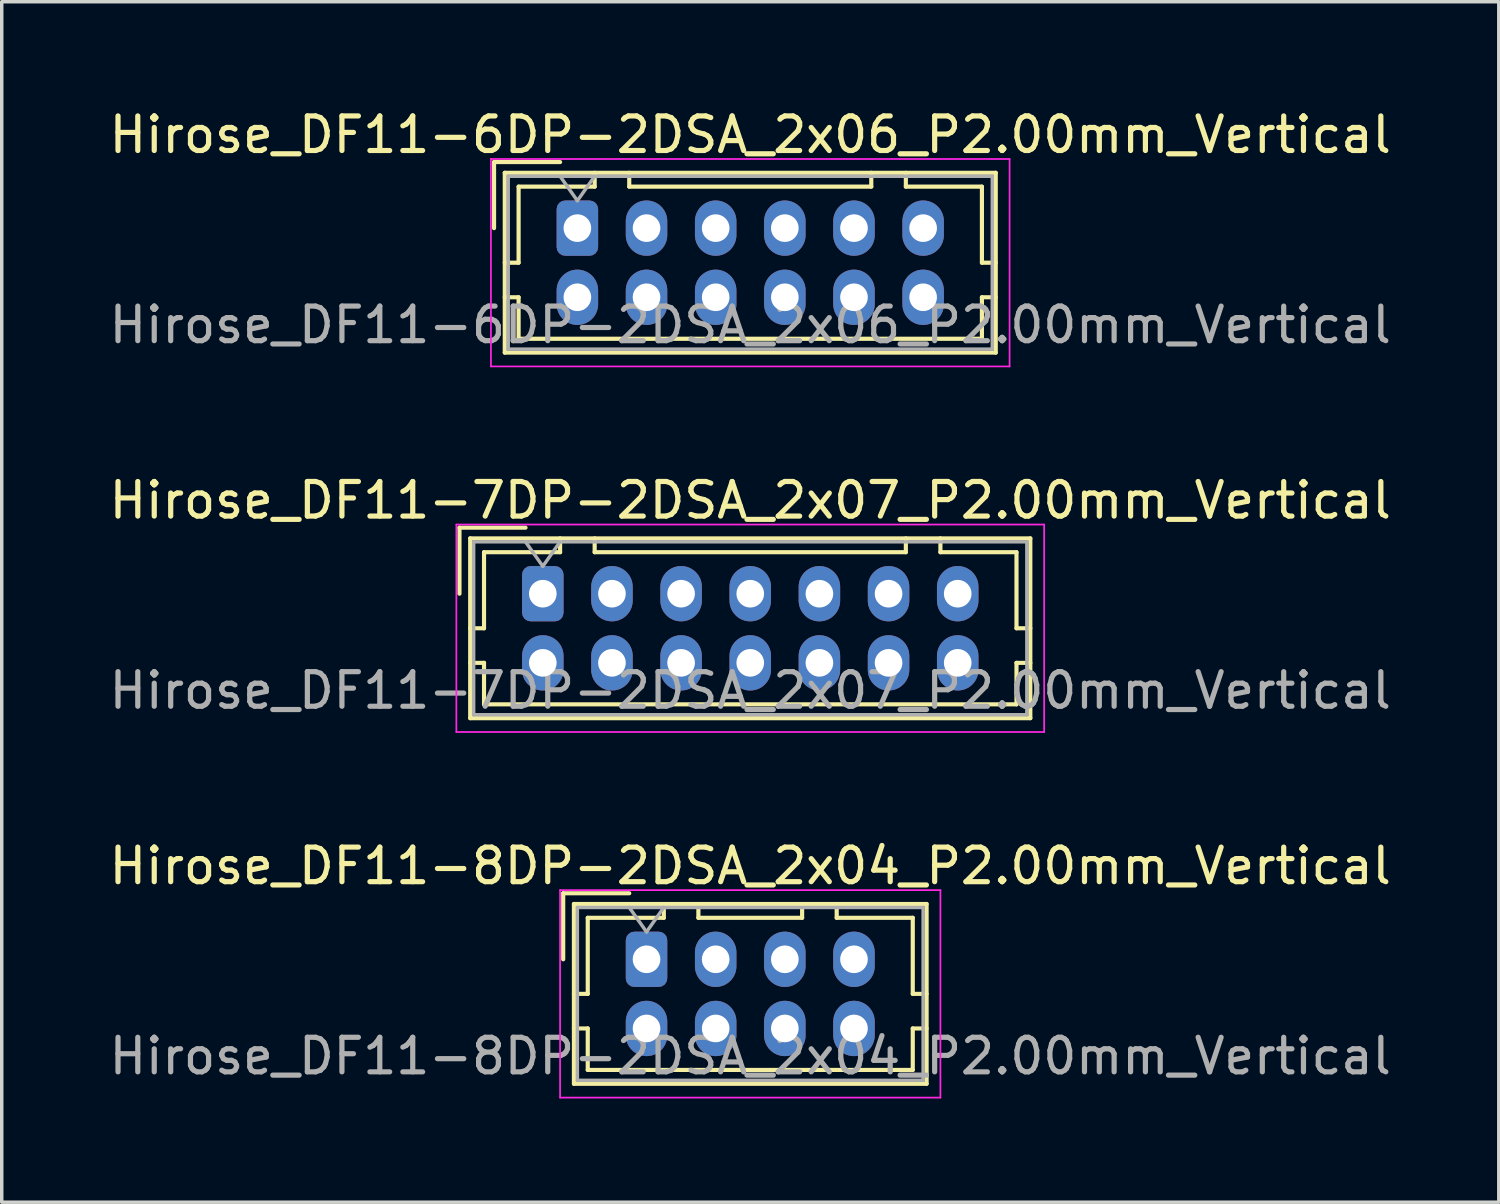
<source format=kicad_pcb>
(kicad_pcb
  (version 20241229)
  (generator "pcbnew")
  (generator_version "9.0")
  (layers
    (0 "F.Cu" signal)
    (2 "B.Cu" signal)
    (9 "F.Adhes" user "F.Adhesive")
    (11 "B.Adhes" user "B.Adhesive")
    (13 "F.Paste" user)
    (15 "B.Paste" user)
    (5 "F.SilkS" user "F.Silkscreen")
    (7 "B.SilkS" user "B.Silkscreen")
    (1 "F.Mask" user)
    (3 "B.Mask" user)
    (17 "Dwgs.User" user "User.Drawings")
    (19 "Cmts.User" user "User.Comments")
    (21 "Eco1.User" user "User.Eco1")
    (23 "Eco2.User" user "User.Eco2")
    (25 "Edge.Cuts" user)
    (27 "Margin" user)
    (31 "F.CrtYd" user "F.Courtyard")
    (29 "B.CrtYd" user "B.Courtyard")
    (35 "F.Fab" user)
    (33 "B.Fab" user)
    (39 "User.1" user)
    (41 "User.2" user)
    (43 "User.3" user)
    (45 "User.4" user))
  (footprint "Hirose_DF11-8DP-2DSA_2x04_P2.00mm_Vertical"
    (layer "F.Cu")
    (at 15.649 24.695)
    (property "Reference" "Hirose_DF11-8DP-2DSA_2x04_P2.00mm_Vertical" (at 3 -2.7 0) (layer "F.SilkS") (effects (font (size 1 1) (thickness 0.15))))
    (attr through_hole)
    (fp_line (start -2.41 -1.91) (end -0.5 -1.91) (stroke (width 0.12) (type solid)) (layer "F.SilkS"))
    (fp_line (start -2.41 0) (end -2.41 -1.91) (stroke (width 0.12) (type solid)) (layer "F.SilkS"))
    (fp_line (start -2.1 -1.6) (end -2.1 3.6) (stroke (width 0.12) (type solid)) (layer "F.SilkS"))
    (fp_line (start -2.1 1) (end -1.7 1) (stroke (width 0.12) (type solid)) (layer "F.SilkS"))
    (fp_line (start -2.1 2) (end -1.7 2) (stroke (width 0.12) (type solid)) (layer "F.SilkS"))
    (fp_line (start -2.1 3.6) (end 8.1 3.6) (stroke (width 0.12) (type solid)) (layer "F.SilkS"))
    (fp_line (start -1.7 -1.2) (end 0.5 -1.2) (stroke (width 0.12) (type solid)) (layer "F.SilkS"))
    (fp_line (start -1.7 1) (end -1.7 -1.2) (stroke (width 0.12) (type solid)) (layer "F.SilkS"))
    (fp_line (start -1.7 2) (end -1.7 3.2) (stroke (width 0.12) (type solid)) (layer "F.SilkS"))
    (fp_line (start -1.7 3.2) (end 7.7 3.2) (stroke (width 0.12) (type solid)) (layer "F.SilkS"))
    (fp_line (start 0.5 -1.2) (end 0.5 -1.6) (stroke (width 0.12) (type solid)) (layer "F.SilkS"))
    (fp_line (start 1.5 -1.6) (end 1.5 -1.2) (stroke (width 0.12) (type solid)) (layer "F.SilkS"))
    (fp_line (start 1.5 -1.2) (end 4.5 -1.2) (stroke (width 0.12) (type solid)) (layer "F.SilkS"))
    (fp_line (start 4.5 -1.2) (end 4.5 -1.6) (stroke (width 0.12) (type solid)) (layer "F.SilkS"))
    (fp_line (start 5.5 -1.2) (end 5.5 -1.6) (stroke (width 0.12) (type solid)) (layer "F.SilkS"))
    (fp_line (start 7.7 -1.2) (end 5.5 -1.2) (stroke (width 0.12) (type solid)) (layer "F.SilkS"))
    (fp_line (start 7.7 1) (end 7.7 -1.2) (stroke (width 0.12) (type solid)) (layer "F.SilkS"))
    (fp_line (start 7.7 2) (end 8.1 2) (stroke (width 0.12) (type solid)) (layer "F.SilkS"))
    (fp_line (start 7.7 3.2) (end 7.7 2) (stroke (width 0.12) (type solid)) (layer "F.SilkS"))
    (fp_line (start 8.1 -1.6) (end -2.1 -1.6) (stroke (width 0.12) (type solid)) (layer "F.SilkS"))
    (fp_line (start 8.1 1) (end 7.7 1) (stroke (width 0.12) (type solid)) (layer "F.SilkS"))
    (fp_line (start 8.1 3.6) (end 8.1 -1.6) (stroke (width 0.12) (type solid)) (layer "F.SilkS"))
    (fp_line (start -2.5 -2) (end -2.5 4) (stroke (width 0.05) (type solid)) (layer "F.CrtYd"))
    (fp_line (start -2.5 4) (end 8.5 4) (stroke (width 0.05) (type solid)) (layer "F.CrtYd"))
    (fp_line (start 8.5 -2) (end -2.5 -2) (stroke (width 0.05) (type solid)) (layer "F.CrtYd"))
    (fp_line (start 8.5 4) (end 8.5 -2) (stroke (width 0.05) (type solid)) (layer "F.CrtYd"))
    (fp_line (start -2 -1.5) (end -2 3.5) (stroke (width 0.1) (type solid)) (layer "F.Fab"))
    (fp_line (start -2 3.5) (end 8 3.5) (stroke (width 0.1) (type solid)) (layer "F.Fab"))
    (fp_line (start -0.5 -1.5) (end 0 -0.793) (stroke (width 0.1) (type solid)) (layer "F.Fab"))
    (fp_line (start 0 -0.793) (end 0.5 -1.5) (stroke (width 0.1) (type solid)) (layer "F.Fab"))
    (fp_line (start 8 -1.5) (end -2 -1.5) (stroke (width 0.1) (type solid)) (layer "F.Fab"))
    (fp_line (start 8 3.5) (end 8 -1.5) (stroke (width 0.1) (type solid)) (layer "F.Fab"))
    (fp_text user "${REFERENCE}" (at 3 2.8 0) (layer "F.Fab") (effects (font (size 1 1) (thickness 0.15))))
    (pad "1" thru_hole roundrect (at 0 0) (size 1.2 1.6) (drill 0.8) (layers "*.Cu" "*.Mask") (roundrect_rratio 0.208))
    (pad "2" thru_hole oval (at 0 2) (size 1.2 1.6) (drill 0.8) (layers "*.Cu" "*.Mask"))
    (pad "3" thru_hole oval (at 2 0) (size 1.2 1.6) (drill 0.8) (layers "*.Cu" "*.Mask"))
    (pad "4" thru_hole oval (at 2 2) (size 1.2 1.6) (drill 0.8) (layers "*.Cu" "*.Mask"))
    (pad "5" thru_hole oval (at 4 0) (size 1.2 1.6) (drill 0.8) (layers "*.Cu" "*.Mask"))
    (pad "6" thru_hole oval (at 4 2) (size 1.2 1.6) (drill 0.8) (layers "*.Cu" "*.Mask"))
    (pad "7" thru_hole oval (at 6 0) (size 1.2 1.6) (drill 0.8) (layers "*.Cu" "*.Mask"))
    (pad "8" thru_hole oval (at 6 2) (size 1.2 1.6) (drill 0.8) (layers "*.Cu" "*.Mask")))
  (footprint "Hirose_DF11-7DP-2DSA_2x07_P2.00mm_Vertical"
    (layer "F.Cu")
    (at 12.649 14.121)
    (property "Reference" "Hirose_DF11-7DP-2DSA_2x07_P2.00mm_Vertical" (at 6 -2.7 0) (layer "F.SilkS") (effects (font (size 1 1) (thickness 0.15))))
    (attr through_hole)
    (fp_line (start -2.41 -1.91) (end -0.5 -1.91) (stroke (width 0.12) (type solid)) (layer "F.SilkS"))
    (fp_line (start -2.41 0) (end -2.41 -1.91) (stroke (width 0.12) (type solid)) (layer "F.SilkS"))
    (fp_line (start -2.1 -1.6) (end -2.1 3.6) (stroke (width 0.12) (type solid)) (layer "F.SilkS"))
    (fp_line (start -2.1 1) (end -1.7 1) (stroke (width 0.12) (type solid)) (layer "F.SilkS"))
    (fp_line (start -2.1 2) (end -1.7 2) (stroke (width 0.12) (type solid)) (layer "F.SilkS"))
    (fp_line (start -2.1 3.6) (end 14.1 3.6) (stroke (width 0.12) (type solid)) (layer "F.SilkS"))
    (fp_line (start -1.7 -1.2) (end 0.5 -1.2) (stroke (width 0.12) (type solid)) (layer "F.SilkS"))
    (fp_line (start -1.7 1) (end -1.7 -1.2) (stroke (width 0.12) (type solid)) (layer "F.SilkS"))
    (fp_line (start -1.7 2) (end -1.7 3.2) (stroke (width 0.12) (type solid)) (layer "F.SilkS"))
    (fp_line (start -1.7 3.2) (end 13.7 3.2) (stroke (width 0.12) (type solid)) (layer "F.SilkS"))
    (fp_line (start 0.5 -1.2) (end 0.5 -1.6) (stroke (width 0.12) (type solid)) (layer "F.SilkS"))
    (fp_line (start 1.5 -1.6) (end 1.5 -1.2) (stroke (width 0.12) (type solid)) (layer "F.SilkS"))
    (fp_line (start 1.5 -1.2) (end 10.5 -1.2) (stroke (width 0.12) (type solid)) (layer "F.SilkS"))
    (fp_line (start 10.5 -1.2) (end 10.5 -1.6) (stroke (width 0.12) (type solid)) (layer "F.SilkS"))
    (fp_line (start 11.5 -1.2) (end 11.5 -1.6) (stroke (width 0.12) (type solid)) (layer "F.SilkS"))
    (fp_line (start 13.7 -1.2) (end 11.5 -1.2) (stroke (width 0.12) (type solid)) (layer "F.SilkS"))
    (fp_line (start 13.7 1) (end 13.7 -1.2) (stroke (width 0.12) (type solid)) (layer "F.SilkS"))
    (fp_line (start 13.7 2) (end 14.1 2) (stroke (width 0.12) (type solid)) (layer "F.SilkS"))
    (fp_line (start 13.7 3.2) (end 13.7 2) (stroke (width 0.12) (type solid)) (layer "F.SilkS"))
    (fp_line (start 14.1 -1.6) (end -2.1 -1.6) (stroke (width 0.12) (type solid)) (layer "F.SilkS"))
    (fp_line (start 14.1 1) (end 13.7 1) (stroke (width 0.12) (type solid)) (layer "F.SilkS"))
    (fp_line (start 14.1 3.6) (end 14.1 -1.6) (stroke (width 0.12) (type solid)) (layer "F.SilkS"))
    (fp_line (start -2.5 -2) (end -2.5 4) (stroke (width 0.05) (type solid)) (layer "F.CrtYd"))
    (fp_line (start -2.5 4) (end 14.5 4) (stroke (width 0.05) (type solid)) (layer "F.CrtYd"))
    (fp_line (start 14.5 -2) (end -2.5 -2) (stroke (width 0.05) (type solid)) (layer "F.CrtYd"))
    (fp_line (start 14.5 4) (end 14.5 -2) (stroke (width 0.05) (type solid)) (layer "F.CrtYd"))
    (fp_line (start -2 -1.5) (end -2 3.5) (stroke (width 0.1) (type solid)) (layer "F.Fab"))
    (fp_line (start -2 3.5) (end 14 3.5) (stroke (width 0.1) (type solid)) (layer "F.Fab"))
    (fp_line (start -0.5 -1.5) (end 0 -0.793) (stroke (width 0.1) (type solid)) (layer "F.Fab"))
    (fp_line (start 0 -0.793) (end 0.5 -1.5) (stroke (width 0.1) (type solid)) (layer "F.Fab"))
    (fp_line (start 14 -1.5) (end -2 -1.5) (stroke (width 0.1) (type solid)) (layer "F.Fab"))
    (fp_line (start 14 3.5) (end 14 -1.5) (stroke (width 0.1) (type solid)) (layer "F.Fab"))
    (fp_text user "${REFERENCE}" (at 6 2.8 0) (layer "F.Fab") (effects (font (size 1 1) (thickness 0.15))))
    (pad "1" thru_hole roundrect (at 0 0) (size 1.2 1.6) (drill 0.8) (layers "*.Cu" "*.Mask") (roundrect_rratio 0.208))
    (pad "2" thru_hole oval (at 0 2) (size 1.2 1.6) (drill 0.8) (layers "*.Cu" "*.Mask"))
    (pad "3" thru_hole oval (at 2 0) (size 1.2 1.6) (drill 0.8) (layers "*.Cu" "*.Mask"))
    (pad "4" thru_hole oval (at 2 2) (size 1.2 1.6) (drill 0.8) (layers "*.Cu" "*.Mask"))
    (pad "5" thru_hole oval (at 4 0) (size 1.2 1.6) (drill 0.8) (layers "*.Cu" "*.Mask"))
    (pad "6" thru_hole oval (at 4 2) (size 1.2 1.6) (drill 0.8) (layers "*.Cu" "*.Mask"))
    (pad "7" thru_hole oval (at 6 0) (size 1.2 1.6) (drill 0.8) (layers "*.Cu" "*.Mask"))
    (pad "8" thru_hole oval (at 6 2) (size 1.2 1.6) (drill 0.8) (layers "*.Cu" "*.Mask"))
    (pad "9" thru_hole oval (at 8 0) (size 1.2 1.6) (drill 0.8) (layers "*.Cu" "*.Mask"))
    (pad "10" thru_hole oval (at 8 2) (size 1.2 1.6) (drill 0.8) (layers "*.Cu" "*.Mask"))
    (pad "11" thru_hole oval (at 10 0) (size 1.2 1.6) (drill 0.8) (layers "*.Cu" "*.Mask"))
    (pad "12" thru_hole oval (at 10 2) (size 1.2 1.6) (drill 0.8) (layers "*.Cu" "*.Mask"))
    (pad "13" thru_hole oval (at 12 0) (size 1.2 1.6) (drill 0.8) (layers "*.Cu" "*.Mask"))
    (pad "14" thru_hole oval (at 12 2) (size 1.2 1.6) (drill 0.8) (layers "*.Cu" "*.Mask")))
  (footprint "Hirose_DF11-6DP-2DSA_2x06_P2.00mm_Vertical"
    (layer "F.Cu")
    (at 13.649 3.548)
    (property "Reference" "Hirose_DF11-6DP-2DSA_2x06_P2.00mm_Vertical" (at 5 -2.7 0) (layer "F.SilkS") (effects (font (size 1 1) (thickness 0.15))))
    (attr through_hole)
    (fp_line (start -2.41 -1.91) (end -0.5 -1.91) (stroke (width 0.12) (type solid)) (layer "F.SilkS"))
    (fp_line (start -2.41 0) (end -2.41 -1.91) (stroke (width 0.12) (type solid)) (layer "F.SilkS"))
    (fp_line (start -2.1 -1.6) (end -2.1 3.6) (stroke (width 0.12) (type solid)) (layer "F.SilkS"))
    (fp_line (start -2.1 1) (end -1.7 1) (stroke (width 0.12) (type solid)) (layer "F.SilkS"))
    (fp_line (start -2.1 2) (end -1.7 2) (stroke (width 0.12) (type solid)) (layer "F.SilkS"))
    (fp_line (start -2.1 3.6) (end 12.1 3.6) (stroke (width 0.12) (type solid)) (layer "F.SilkS"))
    (fp_line (start -1.7 -1.2) (end 0.5 -1.2) (stroke (width 0.12) (type solid)) (layer "F.SilkS"))
    (fp_line (start -1.7 1) (end -1.7 -1.2) (stroke (width 0.12) (type solid)) (layer "F.SilkS"))
    (fp_line (start -1.7 2) (end -1.7 3.2) (stroke (width 0.12) (type solid)) (layer "F.SilkS"))
    (fp_line (start -1.7 3.2) (end 11.7 3.2) (stroke (width 0.12) (type solid)) (layer "F.SilkS"))
    (fp_line (start 0.5 -1.2) (end 0.5 -1.6) (stroke (width 0.12) (type solid)) (layer "F.SilkS"))
    (fp_line (start 1.5 -1.6) (end 1.5 -1.2) (stroke (width 0.12) (type solid)) (layer "F.SilkS"))
    (fp_line (start 1.5 -1.2) (end 8.5 -1.2) (stroke (width 0.12) (type solid)) (layer "F.SilkS"))
    (fp_line (start 8.5 -1.2) (end 8.5 -1.6) (stroke (width 0.12) (type solid)) (layer "F.SilkS"))
    (fp_line (start 9.5 -1.2) (end 9.5 -1.6) (stroke (width 0.12) (type solid)) (layer "F.SilkS"))
    (fp_line (start 11.7 -1.2) (end 9.5 -1.2) (stroke (width 0.12) (type solid)) (layer "F.SilkS"))
    (fp_line (start 11.7 1) (end 11.7 -1.2) (stroke (width 0.12) (type solid)) (layer "F.SilkS"))
    (fp_line (start 11.7 2) (end 12.1 2) (stroke (width 0.12) (type solid)) (layer "F.SilkS"))
    (fp_line (start 11.7 3.2) (end 11.7 2) (stroke (width 0.12) (type solid)) (layer "F.SilkS"))
    (fp_line (start 12.1 -1.6) (end -2.1 -1.6) (stroke (width 0.12) (type solid)) (layer "F.SilkS"))
    (fp_line (start 12.1 1) (end 11.7 1) (stroke (width 0.12) (type solid)) (layer "F.SilkS"))
    (fp_line (start 12.1 3.6) (end 12.1 -1.6) (stroke (width 0.12) (type solid)) (layer "F.SilkS"))
    (fp_line (start -2.5 -2) (end -2.5 4) (stroke (width 0.05) (type solid)) (layer "F.CrtYd"))
    (fp_line (start -2.5 4) (end 12.5 4) (stroke (width 0.05) (type solid)) (layer "F.CrtYd"))
    (fp_line (start 12.5 -2) (end -2.5 -2) (stroke (width 0.05) (type solid)) (layer "F.CrtYd"))
    (fp_line (start 12.5 4) (end 12.5 -2) (stroke (width 0.05) (type solid)) (layer "F.CrtYd"))
    (fp_line (start -2 -1.5) (end -2 3.5) (stroke (width 0.1) (type solid)) (layer "F.Fab"))
    (fp_line (start -2 3.5) (end 12 3.5) (stroke (width 0.1) (type solid)) (layer "F.Fab"))
    (fp_line (start -0.5 -1.5) (end 0 -0.793) (stroke (width 0.1) (type solid)) (layer "F.Fab"))
    (fp_line (start 0 -0.793) (end 0.5 -1.5) (stroke (width 0.1) (type solid)) (layer "F.Fab"))
    (fp_line (start 12 -1.5) (end -2 -1.5) (stroke (width 0.1) (type solid)) (layer "F.Fab"))
    (fp_line (start 12 3.5) (end 12 -1.5) (stroke (width 0.1) (type solid)) (layer "F.Fab"))
    (fp_text user "${REFERENCE}" (at 5 2.8 0) (layer "F.Fab") (effects (font (size 1 1) (thickness 0.15))))
    (pad "1" thru_hole roundrect (at 0 0) (size 1.2 1.6) (drill 0.8) (layers "*.Cu" "*.Mask") (roundrect_rratio 0.208))
    (pad "2" thru_hole oval (at 0 2) (size 1.2 1.6) (drill 0.8) (layers "*.Cu" "*.Mask"))
    (pad "3" thru_hole oval (at 2 0) (size 1.2 1.6) (drill 0.8) (layers "*.Cu" "*.Mask"))
    (pad "4" thru_hole oval (at 2 2) (size 1.2 1.6) (drill 0.8) (layers "*.Cu" "*.Mask"))
    (pad "5" thru_hole oval (at 4 0) (size 1.2 1.6) (drill 0.8) (layers "*.Cu" "*.Mask"))
    (pad "6" thru_hole oval (at 4 2) (size 1.2 1.6) (drill 0.8) (layers "*.Cu" "*.Mask"))
    (pad "7" thru_hole oval (at 6 0) (size 1.2 1.6) (drill 0.8) (layers "*.Cu" "*.Mask"))
    (pad "8" thru_hole oval (at 6 2) (size 1.2 1.6) (drill 0.8) (layers "*.Cu" "*.Mask"))
    (pad "9" thru_hole oval (at 8 0) (size 1.2 1.6) (drill 0.8) (layers "*.Cu" "*.Mask"))
    (pad "10" thru_hole oval (at 8 2) (size 1.2 1.6) (drill 0.8) (layers "*.Cu" "*.Mask"))
    (pad "11" thru_hole oval (at 10 0) (size 1.2 1.6) (drill 0.8) (layers "*.Cu" "*.Mask"))
    (pad "12" thru_hole oval (at 10 2) (size 1.2 1.6) (drill 0.8) (layers "*.Cu" "*.Mask")))
  (gr_rect
    (start -3 -3)
    (end 40.298 31.72)
    (stroke (width 0.1) (type default))
    (fill no)
    (layer "Edge.Cuts")))
</source>
